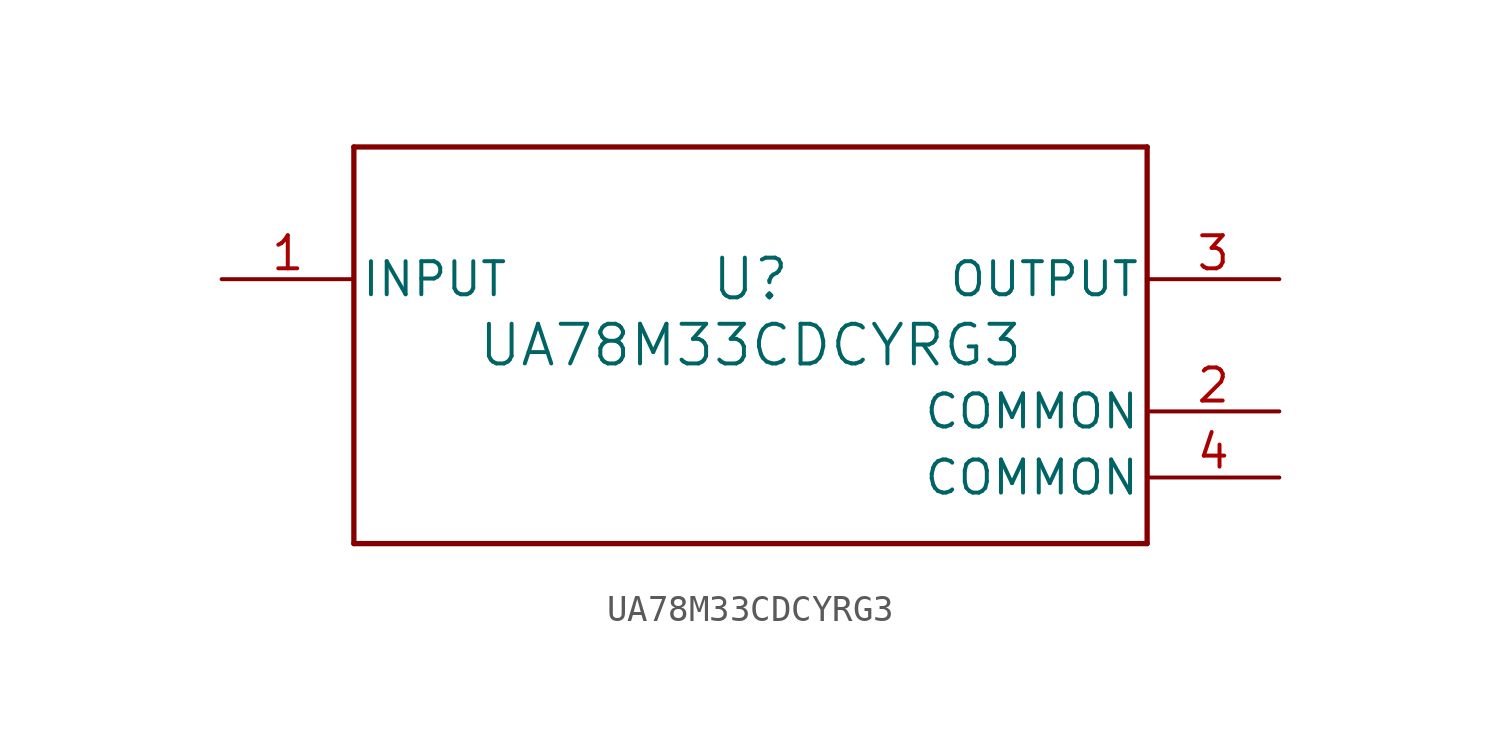
<source format=kicad_sym>
(kicad_symbol_lib
  (version 20211014)
  (generator kicad_symbol_editor)
  (symbol "UA78M33CDCYRG3"
    (pin_names
      (offset 0.254))
    (property "Reference" "U"
      (at 0 2.54 0)
      (effects (font (size 1.524 1.524))))
    (property "Value" "UA78M33CDCYRG3"
      (at 0 0 0)
      (effects (font (size 1.524 1.524))))
    (symbol "UA78M33CDCYRG3_0_1"
      (polyline (pts (xy -15.24 -7.62) (xy 15.24 -7.62)) (stroke (width 0.203) (type default) (color 0 0 0 0)) (fill (type none)))
      (polyline (pts (xy 15.24 -7.62) (xy 15.24 7.62)) (stroke (width 0.203) (type default) (color 0 0 0 0)) (fill (type none)))
      (polyline (pts (xy 15.24 7.62) (xy -15.24 7.62)) (stroke (width 0.203) (type default) (color 0 0 0 0)) (fill (type none)))
      (polyline (pts (xy -15.24 7.62) (xy -15.24 -7.62)) (stroke (width 0.203) (type default) (color 0 0 0 0)) (fill (type none)))
      (pin power_in line (at -20.32 2.54 0) (length 5.08) (name "INPUT" (effects (font (size 1.27 1.27)))) (number "1" (effects (font (size 1.27 1.27)))))
      (pin power_in line (at 20.32 -2.54 180) (length 5.08) (name "COMMON" (effects (font (size 1.27 1.27)))) (number "2" (effects (font (size 1.27 1.27)))))
      (pin power_in line (at 20.32 2.54 180) (length 5.08) (name "OUTPUT" (effects (font (size 1.27 1.27)))) (number "3" (effects (font (size 1.27 1.27)))))
      (pin power_in line (at 20.32 -5.08 180) (length 5.08) (name "COMMON" (effects (font (size 1.27 1.27)))) (number "4" (effects (font (size 1.27 1.27))))))))
</source>
